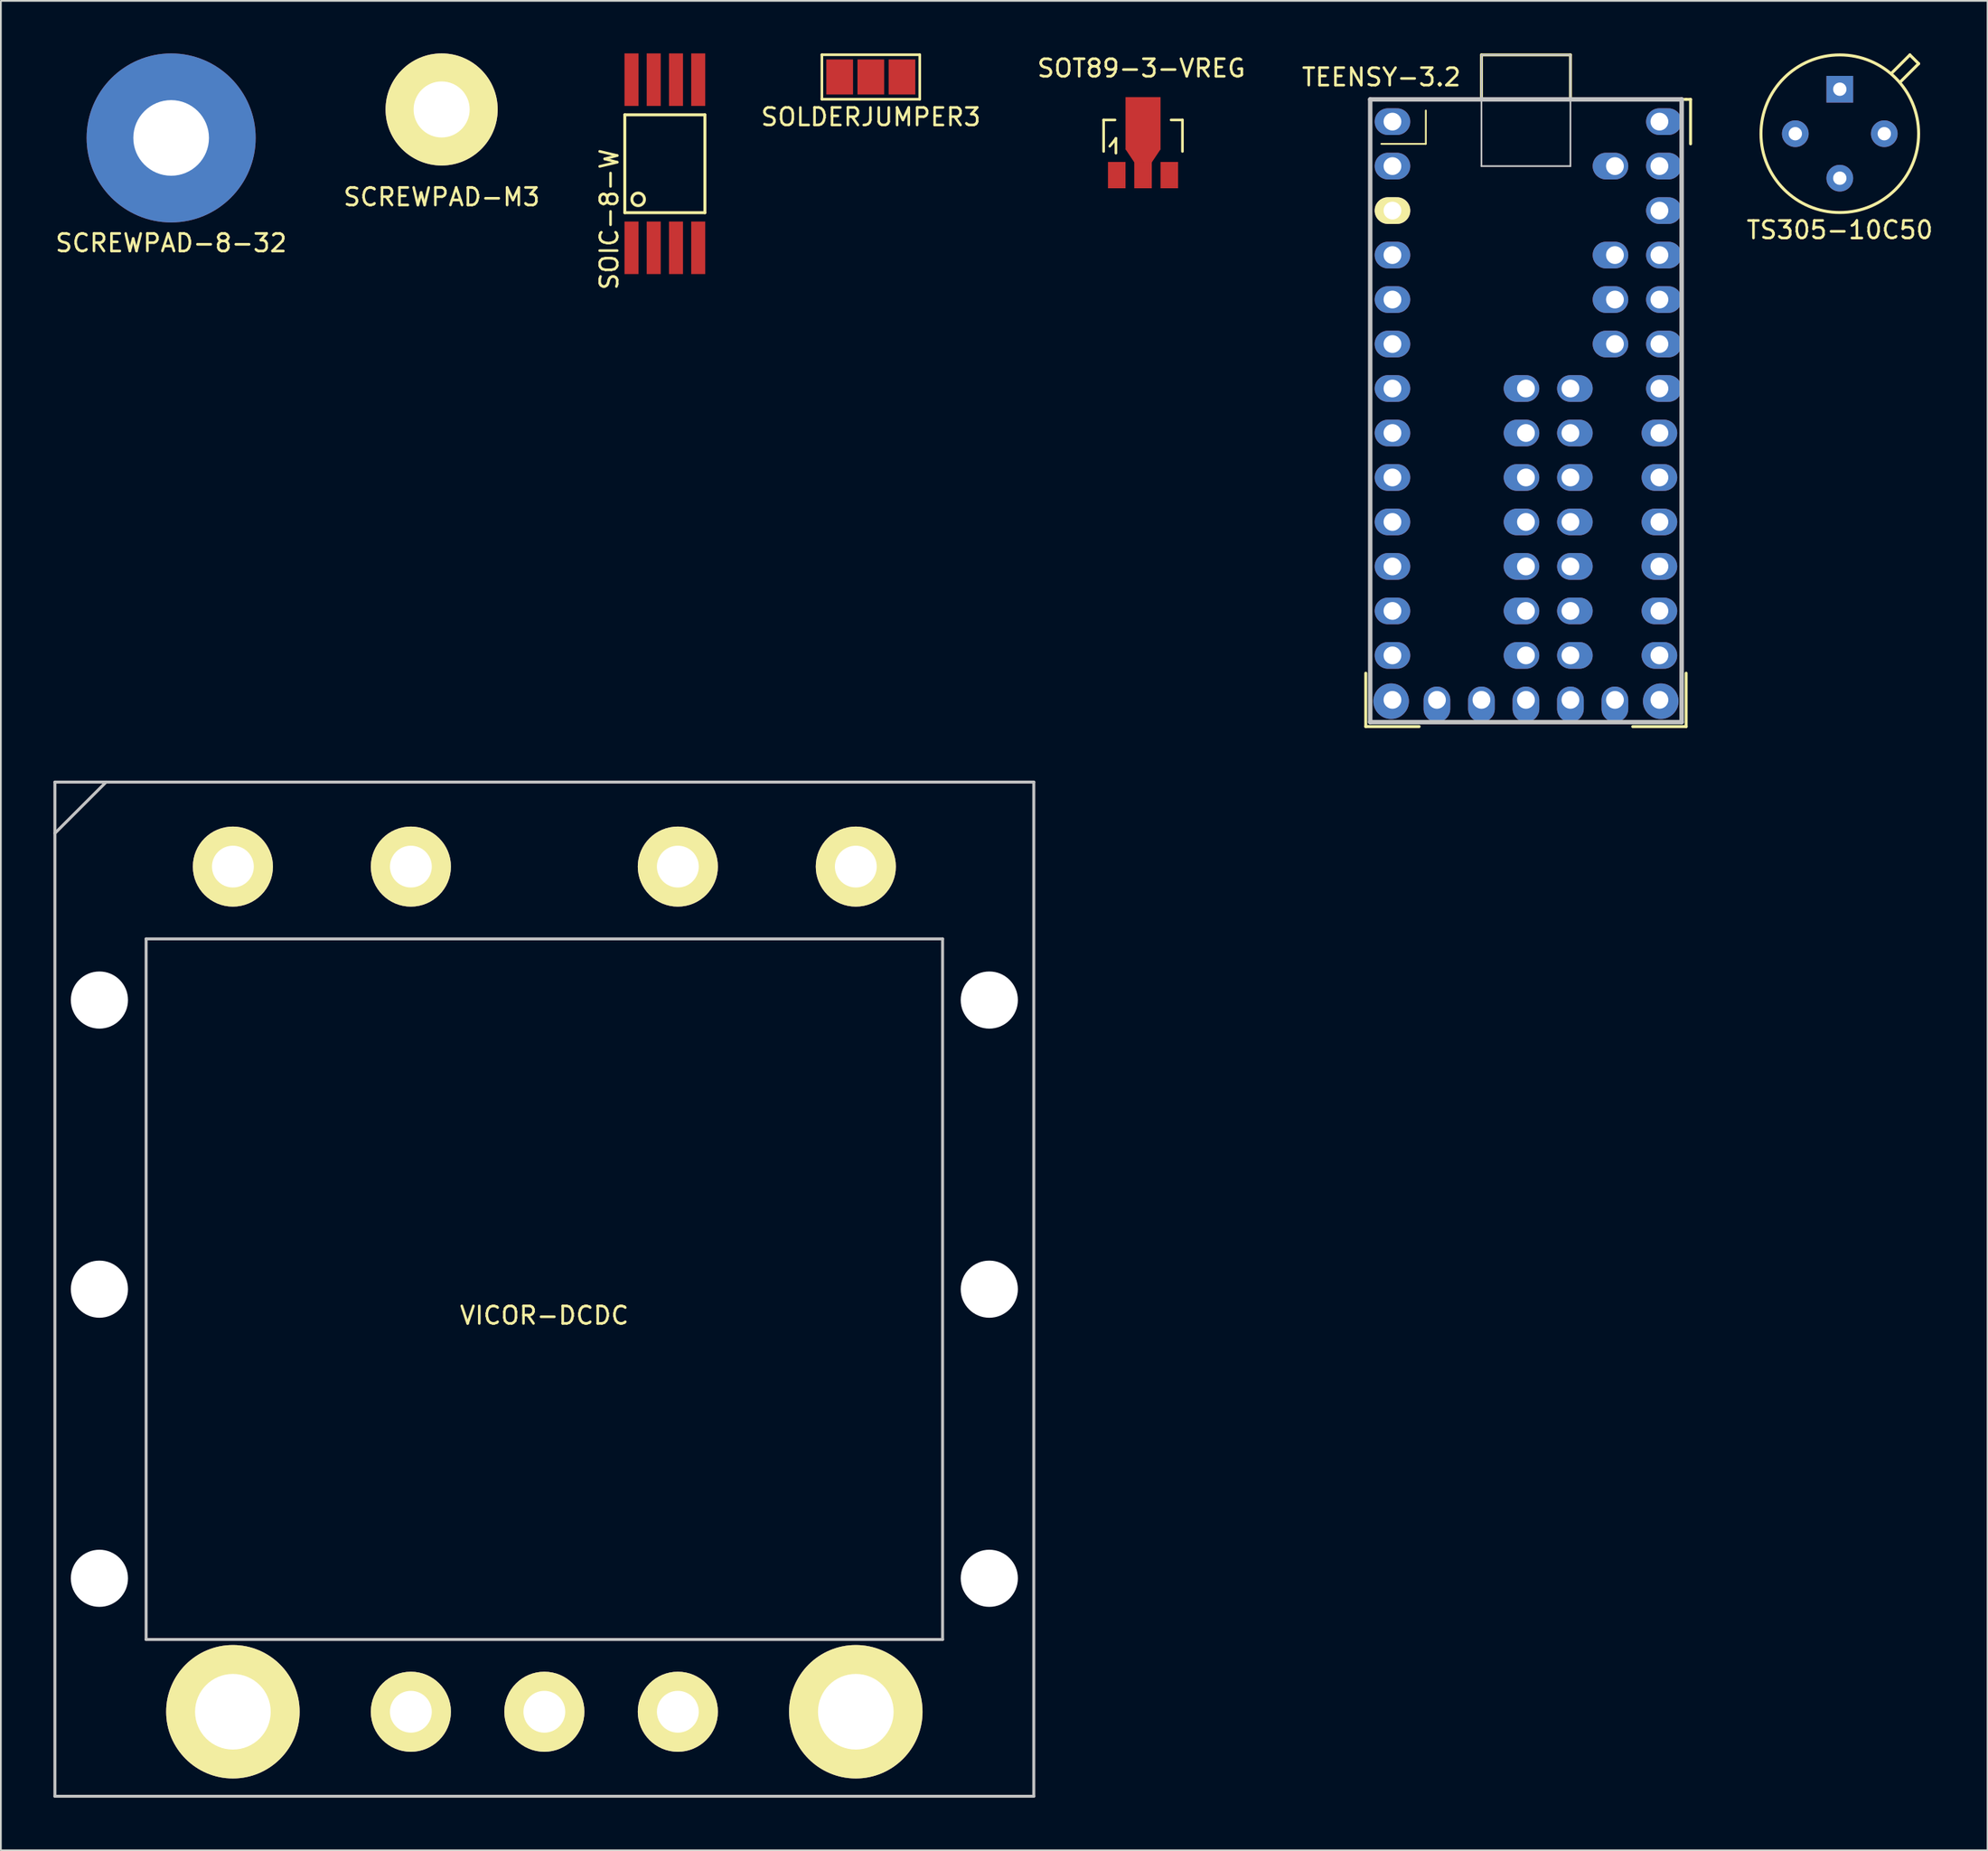
<source format=kicad_pcb>
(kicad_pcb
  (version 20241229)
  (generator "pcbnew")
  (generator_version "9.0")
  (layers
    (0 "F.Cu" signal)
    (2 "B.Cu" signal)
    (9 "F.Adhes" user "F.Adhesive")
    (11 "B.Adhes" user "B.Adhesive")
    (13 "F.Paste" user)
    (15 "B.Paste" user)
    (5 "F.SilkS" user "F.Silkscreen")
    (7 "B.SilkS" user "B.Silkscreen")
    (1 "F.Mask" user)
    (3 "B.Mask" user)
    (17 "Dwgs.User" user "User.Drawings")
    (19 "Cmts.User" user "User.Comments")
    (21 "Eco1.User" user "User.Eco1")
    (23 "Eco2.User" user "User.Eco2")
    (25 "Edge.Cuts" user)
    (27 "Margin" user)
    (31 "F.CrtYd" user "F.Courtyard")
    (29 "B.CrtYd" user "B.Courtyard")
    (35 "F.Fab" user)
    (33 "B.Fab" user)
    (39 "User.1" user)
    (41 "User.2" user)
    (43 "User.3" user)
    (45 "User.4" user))
  (footprint "VICOR-DCDC"
    (layer "F.Cu")
    (at 28.025 70.565)
    (property "Reference" "VICOR-DCDC" (at 0 1.5 0) (layer "F.SilkS") (effects (font (size 1 1) (thickness 0.15))))
    (attr through_hole)
    (fp_line (start -27.94 -28.956) (end 27.94 -28.956) (stroke (width 0.17) (type solid)) (layer "Dwgs.User"))
    (fp_line (start -27.94 -26.035) (end -25.019 -28.956) (stroke (width 0.17) (type solid)) (layer "Dwgs.User"))
    (fp_line (start -27.94 28.956) (end -27.94 -28.956) (stroke (width 0.17) (type solid)) (layer "Dwgs.User"))
    (fp_line (start -22.733 -20.003) (end 22.733 -20.003) (stroke (width 0.17) (type solid)) (layer "Dwgs.User"))
    (fp_line (start -22.733 20.003) (end -22.733 -20.003) (stroke (width 0.17) (type solid)) (layer "Dwgs.User"))
    (fp_line (start 22.733 -20.003) (end 22.733 20.003) (stroke (width 0.17) (type solid)) (layer "Dwgs.User"))
    (fp_line (start 22.733 20.003) (end -22.733 20.003) (stroke (width 0.17) (type solid)) (layer "Dwgs.User"))
    (fp_line (start 27.94 -28.956) (end 27.94 28.956) (stroke (width 0.17) (type solid)) (layer "Dwgs.User"))
    (fp_line (start 27.94 28.956) (end -27.94 28.956) (stroke (width 0.17) (type solid)) (layer "Dwgs.User"))
    (pad "" np_thru_hole circle (at -25.4 -16.51) (size 3.264 3.264) (drill 3.264) (layers "*.Cu"))
    (pad "" np_thru_hole circle (at -25.4 0) (size 3.264 3.264) (drill 3.264) (layers "*.Cu"))
    (pad "" np_thru_hole circle (at -25.4 16.51) (size 3.264 3.264) (drill 3.264) (layers "*.Cu"))
    (pad "" np_thru_hole circle (at 25.4 -16.51) (size 3.264 3.264) (drill 3.264) (layers "*.Cu"))
    (pad "" np_thru_hole circle (at 25.4 0) (size 3.264 3.264) (drill 3.264) (layers "*.Cu"))
    (pad "" np_thru_hole circle (at 25.4 16.51) (size 3.264 3.264) (drill 3.264) (layers "*.Cu"))
    (pad "1" thru_hole circle (at -17.78 -24.13) (size 4.572 4.572) (drill 2.388) (layers "*.Cu" "*.Mask" "F.SilkS"))
    (pad "2" thru_hole circle (at -7.62 -24.13) (size 4.572 4.572) (drill 2.388) (layers "*.Cu" "*.Mask" "F.SilkS"))
    (pad "3" thru_hole circle (at 7.62 -24.13) (size 4.572 4.572) (drill 2.388) (layers "*.Cu" "*.Mask" "F.SilkS"))
    (pad "4" thru_hole circle (at 17.78 -24.13) (size 4.572 4.572) (drill 2.388) (layers "*.Cu" "*.Mask" "F.SilkS"))
    (pad "5" thru_hole circle (at 17.78 24.13) (size 7.62 7.62) (drill 4.318) (layers "*.Cu" "*.Mask" "F.SilkS"))
    (pad "6" thru_hole circle (at 7.62 24.13) (size 4.572 4.572) (drill 2.388) (layers "*.Cu" "*.Mask" "F.SilkS"))
    (pad "7" thru_hole circle (at 0 24.13) (size 4.572 4.572) (drill 2.388) (layers "*.Cu" "*.Mask" "F.SilkS"))
    (pad "8" thru_hole circle (at -7.62 24.13) (size 4.572 4.572) (drill 2.388) (layers "*.Cu" "*.Mask" "F.SilkS"))
    (pad "9" thru_hole circle (at -17.78 24.13) (size 7.62 7.62) (drill 4.318) (layers "*.Cu" "*.Mask" "F.SilkS")))
  (footprint "SCREWPAD-M3"
    (layer "F.Cu")
    (at 22.161 3.2)
    (property "Reference" "SCREWPAD-M3" (at 0 5 0) (layer "F.SilkS") (effects (font (size 1 1) (thickness 0.15))))
    (attr through_hole)
    (pad "1" thru_hole circle (at 0 0) (size 6.4 6.4) (drill 3.2) (layers "*.Cu" "*.Mask" "F.SilkS")))
  (footprint "SOLDERJUMPER3"
    (layer "F.Cu")
    (at 46.662 1.345)
    (property "Reference" "SOLDERJUMPER3" (at 0 2.286 0) (layer "F.SilkS") (effects (font (size 1 1) (thickness 0.15))))
    (attr through_hole)
    (fp_line (start -2.794 -1.27) (end 2.794 -1.27) (stroke (width 0.15) (type solid)) (layer "F.SilkS"))
    (fp_line (start -2.794 1.27) (end -2.794 -1.27) (stroke (width 0.15) (type solid)) (layer "F.SilkS"))
    (fp_line (start 2.794 -1.27) (end 2.794 1.27) (stroke (width 0.15) (type solid)) (layer "F.SilkS"))
    (fp_line (start 2.794 1.27) (end -2.794 1.27) (stroke (width 0.15) (type solid)) (layer "F.SilkS"))
    (pad "1" smd rect (at -1.778 0) (size 1.524 2) (layers "F.Cu" "F.Mask" "F.Paste"))
    (pad "2" smd rect (at 0 0) (size 1.524 2) (layers "F.Cu" "F.Mask" "F.Paste"))
    (pad "3" smd rect (at 1.778 0) (size 1.524 2) (layers "F.Cu" "F.Mask" "F.Paste")))
  (footprint "SOIC-8-W"
    (layer "F.Cu")
    (at 34.904 6.3)
    (property "Reference" "SOIC-8-W" (at -3.175 3.175 90) (layer "F.SilkS") (effects (font (size 1 1) (thickness 0.15))))
    (attr through_hole)
    (fp_line (start -2.286 -2.794) (end 2.286 -2.794) (stroke (width 0.17) (type solid)) (layer "F.SilkS"))
    (fp_line (start -2.286 2.794) (end -2.286 -2.794) (stroke (width 0.17) (type solid)) (layer "F.SilkS"))
    (fp_line (start 2.286 -2.794) (end 2.286 2.794) (stroke (width 0.17) (type solid)) (layer "F.SilkS"))
    (fp_line (start 2.286 2.794) (end -2.286 2.794) (stroke (width 0.17) (type solid)) (layer "F.SilkS"))
    (fp_circle (center -1.524 2.032) (end -1.27 2.286) (stroke (width 0.17) (type solid)) (fill no) (layer "F.SilkS"))
    (pad "1" smd rect (at -1.905 4.8) (size 0.8 3) (layers "F.Cu" "F.Mask" "F.Paste"))
    (pad "2" smd rect (at -0.635 4.8) (size 0.8 3) (layers "F.Cu" "F.Mask" "F.Paste"))
    (pad "3" smd rect (at 0.635 4.8) (size 0.8 3) (layers "F.Cu" "F.Mask" "F.Paste"))
    (pad "4" smd rect (at 1.905 4.8) (size 0.8 3) (layers "F.Cu" "F.Mask" "F.Paste"))
    (pad "5" smd rect (at 1.905 -4.8) (size 0.8 3) (layers "F.Cu" "F.Mask" "F.Paste"))
    (pad "6" smd rect (at 0.635 -4.8) (size 0.8 3) (layers "F.Cu" "F.Mask" "F.Paste"))
    (pad "7" smd rect (at -0.635 -4.8) (size 0.8 3) (layers "F.Cu" "F.Mask" "F.Paste"))
    (pad "8" smd rect (at -1.905 -4.8) (size 0.8 3) (layers "F.Cu" "F.Mask" "F.Paste")))
  (footprint "SCREWPAD-8-32"
    (layer "F.Cu")
    (at 6.72 4.826)
    (property "Reference" "SCREWPAD-8-32" (at 0 6 0) (layer "F.SilkS") (effects (font (size 1 1) (thickness 0.15))))
    (attr through_hole)
    (pad "1" thru_hole circle (at 0 0) (size 9.652 9.652) (drill 4.318) (layers "*.Cu" "*.Mask")))
  (footprint "TEENSY-3.2"
    (layer "F.Cu")
    (at 75.17 2.625)
    (property "Reference" "TEENSY-3.2" (at 0.635 -1.27 0) (layer "F.SilkS") (effects (font (size 1 1) (thickness 0.15))))
    (attr through_hole)
    (fp_line (start -0.254 35.814) (end -0.254 32.766) (stroke (width 0.17) (type solid)) (layer "F.SilkS"))
    (fp_line (start 0 0) (end 0 3.302) (stroke (width 0.17) (type solid)) (layer "F.SilkS"))
    (fp_line (start 2.794 35.814) (end -0.254 35.814) (stroke (width 0.17) (type solid)) (layer "F.SilkS"))
    (fp_line (start 3.175 0.635) (end 3.175 2.54) (stroke (width 0.1) (type solid)) (layer "F.SilkS"))
    (fp_line (start 3.175 2.54) (end 0.635 2.54) (stroke (width 0.1) (type solid)) (layer "F.SilkS"))
    (fp_line (start 3.302 0) (end 0 0) (stroke (width 0.17) (type solid)) (layer "F.SilkS"))
    (fp_line (start 6.35 -2.54) (end 11.43 -2.54) (stroke (width 0.17) (type solid)) (layer "F.SilkS"))
    (fp_line (start 6.35 0) (end 6.35 -2.54) (stroke (width 0.17) (type solid)) (layer "F.SilkS"))
    (fp_line (start 11.43 -2.54) (end 11.43 0) (stroke (width 0.17) (type solid)) (layer "F.SilkS"))
    (fp_line (start 15.748 0) (end 18.034 0) (stroke (width 0.17) (type solid)) (layer "F.SilkS"))
    (fp_line (start 18.034 0) (end 18.288 0) (stroke (width 0.17) (type solid)) (layer "F.SilkS"))
    (fp_line (start 18.034 32.766) (end 18.034 35.814) (stroke (width 0.17) (type solid)) (layer "F.SilkS"))
    (fp_line (start 18.034 35.814) (end 14.986 35.814) (stroke (width 0.17) (type solid)) (layer "F.SilkS"))
    (fp_line (start 18.288 0) (end 18.288 2.54) (stroke (width 0.17) (type solid)) (layer "F.SilkS"))
    (fp_line (start 0 0) (end 17.78 0) (stroke (width 0.254) (type solid)) (layer "Dwgs.User"))
    (fp_line (start 0 35.56) (end 0 0) (stroke (width 0.254) (type solid)) (layer "Dwgs.User"))
    (fp_line (start 6.35 -2.54) (end 6.35 0) (stroke (width 0.1) (type solid)) (layer "Dwgs.User"))
    (fp_line (start 6.35 0) (end 6.35 3.81) (stroke (width 0.1) (type solid)) (layer "Dwgs.User"))
    (fp_line (start 6.35 3.81) (end 11.43 3.81) (stroke (width 0.1) (type solid)) (layer "Dwgs.User"))
    (fp_line (start 11.43 -2.54) (end 6.35 -2.54) (stroke (width 0.1) (type solid)) (layer "Dwgs.User"))
    (fp_line (start 11.43 3.81) (end 11.43 -2.54) (stroke (width 0.1) (type solid)) (layer "Dwgs.User"))
    (fp_line (start 17.78 0) (end 17.78 35.56) (stroke (width 0.254) (type solid)) (layer "Dwgs.User"))
    (fp_line (start 17.78 35.56) (end 0 35.56) (stroke (width 0.254) (type solid)) (layer "Dwgs.User"))
    (pad "+3V3" thru_hole oval (at 6.35 34.29) (size 1.524 2.032) (drill 1.016 (offset 0 0.254)) (layers "*.Cu" "*.Mask"))
    (pad "+3V3" thru_hole oval (at 16.51 6.35) (size 2.032 1.524) (drill 1.016 (offset 0.254 0)) (layers "*.Cu" "*.Mask"))
    (pad "0" thru_hole oval (at 1.27 3.81) (size 2.032 1.524) (drill 1.016) (layers "*.Cu" "*.Mask"))
    (pad "1" thru_hole oval (at 1.27 6.35) (size 2.032 1.524) (drill 1.016) (layers "*.Cu" "*.Mask" "F.SilkS"))
    (pad "2" thru_hole oval (at 1.27 8.89) (size 2.032 1.524) (drill 1.016) (layers "*.Cu" "*.Mask"))
    (pad "3" thru_hole oval (at 1.27 11.43) (size 2.032 1.524) (drill 1.016) (layers "*.Cu" "*.Mask"))
    (pad "4" thru_hole oval (at 1.27 13.97) (size 2.032 1.524) (drill 1.016) (layers "*.Cu" "*.Mask"))
    (pad "5" thru_hole oval (at 1.27 16.51) (size 2.032 1.524) (drill 1.016) (layers "*.Cu" "*.Mask"))
    (pad "6" thru_hole oval (at 1.27 19.05) (size 2.032 1.524) (drill 1.016) (layers "*.Cu" "*.Mask"))
    (pad "7" thru_hole oval (at 1.27 21.59) (size 2.032 1.524) (drill 1.016) (layers "*.Cu" "*.Mask"))
    (pad "8" thru_hole oval (at 1.27 24.13) (size 2.032 1.524) (drill 1.016) (layers "*.Cu" "*.Mask"))
    (pad "9" thru_hole oval (at 1.27 26.67) (size 2.032 1.524) (drill 1.016) (layers "*.Cu" "*.Mask"))
    (pad "10" thru_hole oval (at 1.27 29.21) (size 2.032 1.524) (drill 1.016) (layers "*.Cu" "*.Mask"))
    (pad "11" thru_hole oval (at 1.27 31.75) (size 2.032 1.524) (drill 1.016) (layers "*.Cu" "*.Mask"))
    (pad "12" thru_hole oval (at 1.27 34.29) (size 2.032 2.032) (drill 1.016 (offset -0.076 0.076)) (layers "*.Cu" "*.Mask"))
    (pad "13" thru_hole oval (at 16.51 34.29) (size 2.032 2.032) (drill 1.016 (offset 0.076 0.076)) (layers "*.Cu" "*.Mask"))
    (pad "14" thru_hole oval (at 16.51 31.75) (size 2.032 1.524) (drill 1.016) (layers "*.Cu" "*.Mask"))
    (pad "15" thru_hole oval (at 16.51 29.21) (size 2.032 1.524) (drill 1.016) (layers "*.Cu" "*.Mask"))
    (pad "16" thru_hole oval (at 16.51 26.67) (size 2.032 1.524) (drill 1.016) (layers "*.Cu" "*.Mask"))
    (pad "17" thru_hole oval (at 16.51 24.13) (size 2.032 1.524) (drill 1.016) (layers "*.Cu" "*.Mask"))
    (pad "18" thru_hole oval (at 16.51 21.59) (size 2.032 1.524) (drill 1.016) (layers "*.Cu" "*.Mask"))
    (pad "19" thru_hole oval (at 16.51 19.05) (size 2.032 1.524) (drill 1.016) (layers "*.Cu" "*.Mask"))
    (pad "20" thru_hole oval (at 16.51 16.51) (size 2.032 1.524) (drill 1.016 (offset 0.254 0)) (layers "*.Cu" "*.Mask"))
    (pad "21" thru_hole oval (at 16.51 13.97) (size 2.032 1.524) (drill 1.016 (offset 0.254 0)) (layers "*.Cu" "*.Mask"))
    (pad "22" thru_hole oval (at 16.51 11.43) (size 2.032 1.524) (drill 1.016 (offset 0.254 0)) (layers "*.Cu" "*.Mask"))
    (pad "23" thru_hole oval (at 16.51 8.89) (size 2.032 1.524) (drill 1.016 (offset 0.254 0)) (layers "*.Cu" "*.Mask"))
    (pad "24" thru_hole oval (at 8.89 21.59) (size 2.032 1.524) (drill 1.016 (offset -0.254 0)) (layers "*.Cu" "*.Mask"))
    (pad "25" thru_hole oval (at 8.89 24.13) (size 2.032 1.524) (drill 1.016 (offset -0.254 0)) (layers "*.Cu" "*.Mask"))
    (pad "26" thru_hole oval (at 8.89 26.67) (size 2.032 1.524) (drill 1.016 (offset -0.254 0)) (layers "*.Cu" "*.Mask"))
    (pad "27" thru_hole oval (at 8.89 29.21) (size 2.032 1.524) (drill 1.016 (offset -0.254 0)) (layers "*.Cu" "*.Mask"))
    (pad "28" thru_hole oval (at 8.89 31.75) (size 2.032 1.524) (drill 1.016 (offset -0.254 0)) (layers "*.Cu" "*.Mask"))
    (pad "29" thru_hole oval (at 11.43 31.75) (size 2.032 1.524) (drill 1.016 (offset 0.254 0)) (layers "*.Cu" "*.Mask"))
    (pad "30" thru_hole oval (at 11.43 29.21) (size 2.032 1.524) (drill 1.016 (offset 0.254 0)) (layers "*.Cu" "*.Mask"))
    (pad "31" thru_hole oval (at 11.43 26.67) (size 2.032 1.524) (drill 1.016 (offset 0.254 0)) (layers "*.Cu" "*.Mask"))
    (pad "32" thru_hole oval (at 11.43 24.13) (size 2.032 1.524) (drill 1.016 (offset 0.254 0)) (layers "*.Cu" "*.Mask"))
    (pad "33" thru_hole oval (at 11.43 21.59) (size 2.032 1.524) (drill 1.016 (offset 0.254 0)) (layers "*.Cu" "*.Mask"))
    (pad "34" thru_hole oval (at 11.43 19.05) (size 2.032 1.524) (drill 1.016 (offset 0.254 0)) (layers "*.Cu" "*.Mask"))
    (pad "A10" thru_hole oval (at 13.97 11.43) (size 2.032 1.524) (drill 1.016 (offset -0.254 0)) (layers "*.Cu" "*.Mask"))
    (pad "A11" thru_hole oval (at 13.97 13.97) (size 2.032 1.524) (drill 1.016 (offset -0.254 0)) (layers "*.Cu" "*.Mask"))
    (pad "A12" thru_hole oval (at 8.89 16.51) (size 2.032 1.524) (drill 1.016 (offset -0.254 0)) (layers "*.Cu" "*.Mask"))
    (pad "A13" thru_hole oval (at 11.43 16.51) (size 2.032 1.524) (drill 1.016 (offset 0.254 0)) (layers "*.Cu" "*.Mask"))
    (pad "A14" thru_hole oval (at 13.97 34.29) (size 1.524 2.032) (drill 1.016 (offset 0 0.254)) (layers "*.Cu" "*.Mask"))
    (pad "AGND" thru_hole oval (at 16.51 3.81) (size 2.032 1.524) (drill 1.016 (offset 0.254 0)) (layers "*.Cu" "*.Mask"))
    (pad "AREF" thru_hole oval (at 13.97 8.89) (size 2.032 1.524) (drill 1.016 (offset -0.254 0)) (layers "*.Cu" "*.Mask"))
    (pad "GND1" thru_hole oval (at 1.27 1.27) (size 2.032 1.524) (drill 1.016) (layers "*.Cu" "*.Mask"))
    (pad "GND2" thru_hole oval (at 8.89 34.29) (size 1.524 2.032) (drill 1.016 (offset 0 0.254)) (layers "*.Cu" "*.Mask"))
    (pad "GND3" thru_hole oval (at 8.89 19.05) (size 2.032 1.524) (drill 1.016 (offset -0.254 0)) (layers "*.Cu" "*.Mask"))
    (pad "PROG" thru_hole oval (at 11.43 34.29) (size 1.524 2.032) (drill 1.016 (offset 0 0.254)) (layers "*.Cu" "*.Mask"))
    (pad "VBat" thru_hole oval (at 3.81 34.29) (size 1.524 2.032) (drill 1.016 (offset 0 0.254)) (layers "*.Cu" "*.Mask"))
    (pad "VIN" thru_hole oval (at 16.51 1.27) (size 2.032 1.524) (drill 1.016 (offset 0.254 0)) (layers "*.Cu" "*.Mask"))
    (pad "VUSB" thru_hole oval (at 13.97 3.81) (size 2.032 1.524) (drill 1.016 (offset -0.254 0)) (layers "*.Cu" "*.Mask")))
  (footprint "TS305-10C50"
    (layer "F.Cu")
    (at 101.977 4.585)
    (property "Reference" "TS305-10C50" (at 0 5.5 0) (layer "F.SilkS") (effects (font (size 1 1) (thickness 0.15))))
    (attr through_hole)
    (fp_line (start 3 -3.5) (end 4 -4.5) (stroke (width 0.17) (type solid)) (layer "F.SilkS"))
    (fp_line (start 4 -4.5) (end 4.5 -4) (stroke (width 0.17) (type solid)) (layer "F.SilkS"))
    (fp_line (start 4.5 -4) (end 3.5 -3) (stroke (width 0.17) (type solid)) (layer "F.SilkS"))
    (fp_circle (center 0 0) (end 4.5 0) (stroke (width 0.17) (type solid)) (fill no) (layer "F.SilkS"))
    (pad "1" thru_hole rect (at 0 -2.54) (size 1.524 1.524) (drill 0.762) (layers "*.Cu" "*.Mask"))
    (pad "2" thru_hole circle (at -2.54 0) (size 1.524 1.524) (drill 0.762) (layers "*.Cu" "*.Mask"))
    (pad "3" thru_hole circle (at 0 2.54) (size 1.524 1.524) (drill 0.762) (layers "*.Cu" "*.Mask"))
    (pad "4" thru_hole circle (at 2.54 0) (size 1.524 1.524) (drill 0.762) (layers "*.Cu" "*.Mask")))
  (footprint "SOT89-3-VREG"
    (layer "F.Cu")
    (at 62.202 5.098)
    (property "Reference" "SOT89-3-VREG" (at -0.099 -4.249 0) (layer "F.SilkS") (effects (font (size 1 1) (thickness 0.15))))
    (attr smd)
    (fp_line (start -2.25 -1.3) (end -2.25 0.5) (stroke (width 0.15) (type solid)) (layer "F.SilkS"))
    (fp_line (start -2.25 -1.3) (end -1.6 -1.3) (stroke (width 0.15) (type solid)) (layer "F.SilkS"))
    (fp_line (start -1.9 0.201) (end -1.651 -0.099) (stroke (width 0.15) (type solid)) (layer "F.SilkS"))
    (fp_line (start -1.651 -0.099) (end -1.549 -0.249) (stroke (width 0.15) (type solid)) (layer "F.SilkS"))
    (fp_line (start -1.549 -0.249) (end -1.549 0.599) (stroke (width 0.15) (type solid)) (layer "F.SilkS"))
    (fp_line (start 2.25 -1.3) (end 1.6 -1.3) (stroke (width 0.15) (type solid)) (layer "F.SilkS"))
    (fp_line (start 2.25 -1.3) (end 2.25 0.5) (stroke (width 0.15) (type solid)) (layer "F.SilkS"))
    (pad "GND" smd rect (at 0 -1.1) (size 1.999 3) (layers "F.Cu" "F.Mask" "F.Paste"))
    (pad "GND" smd trapezoid (at 0 0.749 180) (size 1.501 0.749) (rect_delta 0 0.5) (layers "F.Cu" "F.Mask" "F.Paste"))
    (pad "GND" smd rect (at 0 1.852) (size 1.001 1.501) (layers "F.Cu" "F.Mask" "F.Paste"))
    (pad "VI" smd rect (at 1.501 1.852) (size 1.001 1.501) (layers "F.Cu" "F.Mask" "F.Paste"))
    (pad "VO" smd rect (at -1.501 1.852) (size 1.001 1.501) (layers "F.Cu" "F.Mask" "F.Paste")))
  (gr_rect
    (start -3 -3)
    (end 110.412 102.606)
    (stroke (width 0.1) (type default))
    (fill no)
    (layer "Edge.Cuts")))
</source>
